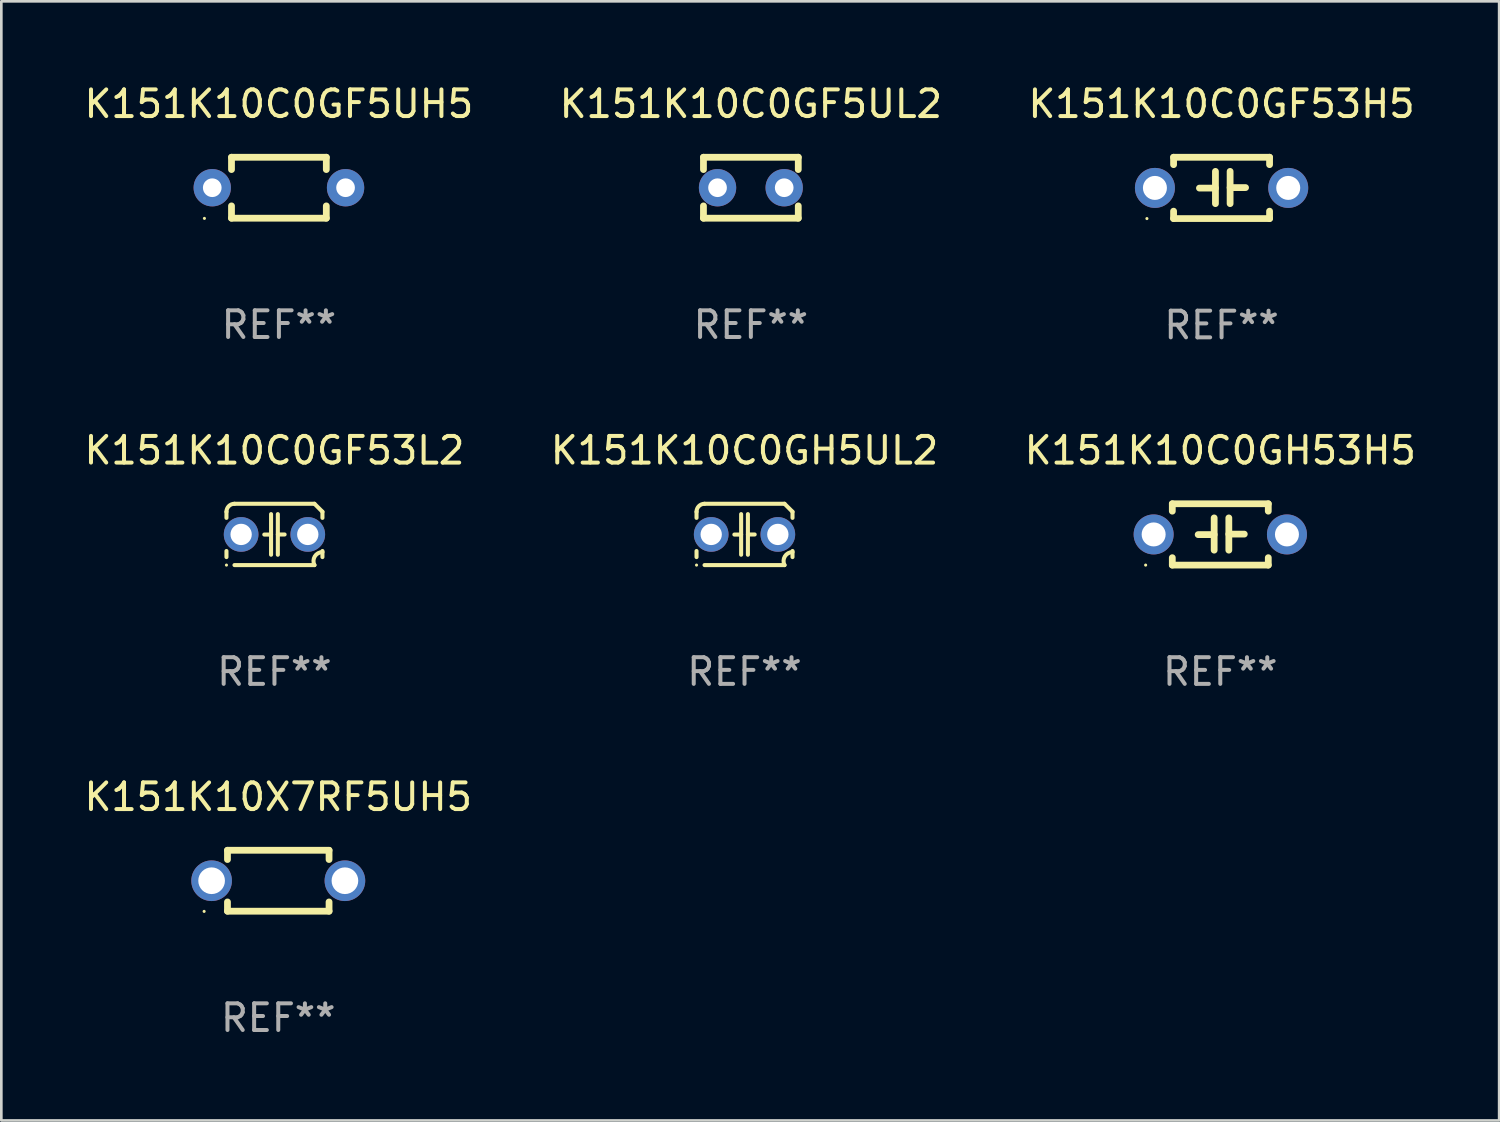
<source format=kicad_pcb>
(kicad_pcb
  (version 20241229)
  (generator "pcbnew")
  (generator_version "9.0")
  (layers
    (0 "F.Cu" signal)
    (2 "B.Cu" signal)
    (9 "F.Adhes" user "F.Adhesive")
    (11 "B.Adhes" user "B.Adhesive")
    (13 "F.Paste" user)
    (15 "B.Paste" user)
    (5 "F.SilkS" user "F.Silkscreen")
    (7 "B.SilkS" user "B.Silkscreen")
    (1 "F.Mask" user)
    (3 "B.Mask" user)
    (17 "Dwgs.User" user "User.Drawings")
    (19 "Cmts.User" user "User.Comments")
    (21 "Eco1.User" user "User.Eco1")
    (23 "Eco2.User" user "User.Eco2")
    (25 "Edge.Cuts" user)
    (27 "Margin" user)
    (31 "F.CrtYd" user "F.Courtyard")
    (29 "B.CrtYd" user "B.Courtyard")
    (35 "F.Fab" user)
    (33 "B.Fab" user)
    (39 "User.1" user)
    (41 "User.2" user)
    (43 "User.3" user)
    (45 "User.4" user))
  (footprint "K151K10C0GH53H5"
    (layer "F.Cu")
    (at 42.72 16.995)
    (property "Reference" "K151K10C0GH53H5" (at 0 -3.15 0) (layer "F.SilkS") (effects (font (size 1 1) (thickness 0.15))))
    (attr through_hole)
    (fp_line (start -1.8 -1.15) (end -1.8 -0.872) (stroke (width 0.254) (type solid)) (layer "F.SilkS"))
    (fp_line (start -1.8 -1.15) (end 1.8 -1.15) (stroke (width 0.254) (type solid)) (layer "F.SilkS"))
    (fp_line (start -1.8 0.872) (end -1.8 1.15) (stroke (width 0.254) (type solid)) (layer "F.SilkS"))
    (fp_line (start -1.8 1.15) (end 1.8 1.15) (stroke (width 0.254) (type solid)) (layer "F.SilkS"))
    (fp_line (start -0.23 -0.62) (end -0.23 0.59) (stroke (width 0.254) (type solid)) (layer "F.SilkS"))
    (fp_line (start -0.23 0.007) (end -0.83 0.007) (stroke (width 0.254) (type solid)) (layer "F.SilkS"))
    (fp_line (start 0.32 -0.62) (end 0.32 0.59) (stroke (width 0.254) (type solid)) (layer "F.SilkS"))
    (fp_line (start 0.32 -0.012) (end 0.9 -0.012) (stroke (width 0.254) (type solid)) (layer "F.SilkS"))
    (fp_line (start 1.8 -1.15) (end 1.8 -0.872) (stroke (width 0.254) (type solid)) (layer "F.SilkS"))
    (fp_line (start 1.8 0.872) (end 1.8 1.15) (stroke (width 0.254) (type solid)) (layer "F.SilkS"))
    (fp_circle (center -2.8 1.15) (end -2.77 1.15) (stroke (width 0.06) (type solid)) (fill no) (layer "F.SilkS"))
    (fp_text user "REF**" (at 0 5.15 0) (layer "F.Fab") (effects (font (size 1 1) (thickness 0.15))))
    (pad "1" thru_hole circle (at -2.5 0) (size 1.5 1.5) (drill 0.9) (layers "*.Cu" "*.Mask"))
    (pad "2" thru_hole circle (at 2.5 0) (size 1.5 1.5) (drill 0.9) (layers "*.Cu" "*.Mask")))
  (footprint "K151K10C0GF53H5"
    (layer "F.Cu")
    (at 42.768 3.998)
    (property "Reference" "K151K10C0GF53H5" (at 0 -3.15 0) (layer "F.SilkS") (effects (font (size 1 1) (thickness 0.15))))
    (attr through_hole)
    (fp_line (start -1.8 -1.15) (end -1.8 -0.872) (stroke (width 0.254) (type solid)) (layer "F.SilkS"))
    (fp_line (start -1.8 -1.15) (end 1.8 -1.15) (stroke (width 0.254) (type solid)) (layer "F.SilkS"))
    (fp_line (start -1.8 0.872) (end -1.8 1.15) (stroke (width 0.254) (type solid)) (layer "F.SilkS"))
    (fp_line (start -1.8 1.15) (end 1.8 1.15) (stroke (width 0.254) (type solid)) (layer "F.SilkS"))
    (fp_line (start -0.23 -0.62) (end -0.23 0.59) (stroke (width 0.254) (type solid)) (layer "F.SilkS"))
    (fp_line (start -0.23 0.007) (end -0.83 0.007) (stroke (width 0.254) (type solid)) (layer "F.SilkS"))
    (fp_line (start 0.32 -0.62) (end 0.32 0.59) (stroke (width 0.254) (type solid)) (layer "F.SilkS"))
    (fp_line (start 0.32 -0.012) (end 0.9 -0.012) (stroke (width 0.254) (type solid)) (layer "F.SilkS"))
    (fp_line (start 1.8 -1.15) (end 1.8 -0.872) (stroke (width 0.254) (type solid)) (layer "F.SilkS"))
    (fp_line (start 1.8 0.872) (end 1.8 1.15) (stroke (width 0.254) (type solid)) (layer "F.SilkS"))
    (fp_circle (center -2.8 1.15) (end -2.77 1.15) (stroke (width 0.06) (type solid)) (fill no) (layer "F.SilkS"))
    (fp_text user "REF**" (at 0 5.15 0) (layer "F.Fab") (effects (font (size 1 1) (thickness 0.15))))
    (pad "1" thru_hole circle (at -2.5 0) (size 1.5 1.5) (drill 0.9) (layers "*.Cu" "*.Mask"))
    (pad "2" thru_hole circle (at 2.5 0) (size 1.5 1.5) (drill 0.9) (layers "*.Cu" "*.Mask")))
  (footprint "K151K10C0GH5UL2"
    (layer "F.Cu")
    (at 24.875 16.995)
    (property "Reference" "K151K10C0GH5UL2" (at 0 -3.15 0) (layer "F.SilkS") (effects (font (size 1 1) (thickness 0.15))))
    (attr through_hole)
    (fp_line (start -1.8 -0.621) (end -1.8 -0.85) (stroke (width 0.152) (type solid)) (layer "F.SilkS"))
    (fp_line (start -1.8 0.85) (end -1.8 0.621) (stroke (width 0.152) (type solid)) (layer "F.SilkS"))
    (fp_line (start -1.5 -1.15) (end 1.5 -1.15) (stroke (width 0.152) (type solid)) (layer "F.SilkS"))
    (fp_line (start -0.127 -0.762) (end -0.127 0.762) (stroke (width 0.152) (type solid)) (layer "F.SilkS"))
    (fp_line (start -0.127 0.005) (end -0.381 0.005) (stroke (width 0.152) (type solid)) (layer "F.SilkS"))
    (fp_line (start 0.127 -0.762) (end 0.127 0.762) (stroke (width 0.152) (type solid)) (layer "F.SilkS"))
    (fp_line (start 0.127 0.002) (end 0.381 0.002) (stroke (width 0.152) (type solid)) (layer "F.SilkS"))
    (fp_line (start 1.5 1.15) (end -1.5 1.15) (stroke (width 0.152) (type solid)) (layer "F.SilkS"))
    (fp_line (start 1.8 -0.85) (end 1.8 -0.621) (stroke (width 0.152) (type solid)) (layer "F.SilkS"))
    (fp_line (start 1.8 0.621) (end 1.8 0.85) (stroke (width 0.152) (type solid)) (layer "F.SilkS"))
    (fp_arc (start -1.799975 -0.849987) (mid -1.712107 -1.062119) (end -1.499975 -1.149987) (stroke (width 0.151994) (type solid)) (layer "F.SilkS"))
    (fp_arc (start 1.499975 1.149987) (mid 1.513726 0.822359) (end 1.799975 0.662387) (stroke (width 0.151994) (type solid)) (layer "F.SilkS"))
    (fp_arc (start 1.500001 -1.149986) (mid 1.650015 -1.000001) (end 1.8 -0.849987) (stroke (width 0.151994) (type solid)) (layer "F.SilkS"))
    (fp_circle (center -1.8 1.15) (end -1.77 1.15) (stroke (width 0.06) (type solid)) (fill no) (layer "F.SilkS"))
    (fp_text user "REF**" (at 0 5.15 0) (layer "F.Fab") (effects (font (size 1 1) (thickness 0.15))))
    (pad "1" thru_hole circle (at -1.25 0) (size 1.3 1.3) (drill 0.8) (layers "*.Cu" "*.Mask"))
    (pad "2" thru_hole circle (at 1.25 0) (size 1.3 1.3) (drill 0.8) (layers "*.Cu" "*.Mask")))
  (footprint "K151K10C0GF53L2"
    (layer "F.Cu")
    (at 7.244 16.995)
    (property "Reference" "K151K10C0GF53L2" (at 0 -3.15 0) (layer "F.SilkS") (effects (font (size 1 1) (thickness 0.15))))
    (attr through_hole)
    (fp_line (start -1.8 -0.621) (end -1.8 -0.85) (stroke (width 0.152) (type solid)) (layer "F.SilkS"))
    (fp_line (start -1.8 0.85) (end -1.8 0.621) (stroke (width 0.152) (type solid)) (layer "F.SilkS"))
    (fp_line (start -1.5 -1.15) (end 1.5 -1.15) (stroke (width 0.152) (type solid)) (layer "F.SilkS"))
    (fp_line (start -0.127 -0.762) (end -0.127 0.762) (stroke (width 0.152) (type solid)) (layer "F.SilkS"))
    (fp_line (start -0.127 0.005) (end -0.381 0.005) (stroke (width 0.152) (type solid)) (layer "F.SilkS"))
    (fp_line (start 0.127 -0.762) (end 0.127 0.762) (stroke (width 0.152) (type solid)) (layer "F.SilkS"))
    (fp_line (start 0.127 0.002) (end 0.381 0.002) (stroke (width 0.152) (type solid)) (layer "F.SilkS"))
    (fp_line (start 1.5 1.15) (end -1.5 1.15) (stroke (width 0.152) (type solid)) (layer "F.SilkS"))
    (fp_line (start 1.8 -0.85) (end 1.8 -0.621) (stroke (width 0.152) (type solid)) (layer "F.SilkS"))
    (fp_line (start 1.8 0.621) (end 1.8 0.85) (stroke (width 0.152) (type solid)) (layer "F.SilkS"))
    (fp_arc (start -1.799975 -0.849987) (mid -1.712107 -1.062119) (end -1.499975 -1.149987) (stroke (width 0.151994) (type solid)) (layer "F.SilkS"))
    (fp_arc (start 1.499975 1.149987) (mid 1.513726 0.822359) (end 1.799975 0.662387) (stroke (width 0.151994) (type solid)) (layer "F.SilkS"))
    (fp_arc (start 1.500001 -1.149986) (mid 1.650015 -1.000001) (end 1.8 -0.849987) (stroke (width 0.151994) (type solid)) (layer "F.SilkS"))
    (fp_circle (center -1.8 1.15) (end -1.77 1.15) (stroke (width 0.06) (type solid)) (fill no) (layer "F.SilkS"))
    (fp_text user "REF**" (at 0 5.15 0) (layer "F.Fab") (effects (font (size 1 1) (thickness 0.15))))
    (pad "1" thru_hole circle (at -1.25 0) (size 1.3 1.3) (drill 0.8) (layers "*.Cu" "*.Mask"))
    (pad "2" thru_hole circle (at 1.25 0) (size 1.3 1.3) (drill 0.8) (layers "*.Cu" "*.Mask")))
  (footprint "K151K10C0GF5UL2"
    (layer "F.Cu")
    (at 25.113 3.991)
    (property "Reference" "K151K10C0GF5UL2" (at 0 -3.143 0) (layer "F.SilkS") (effects (font (size 1 1) (thickness 0.15))))
    (attr through_hole)
    (fp_line (start -1.778 -1.143) (end 1.778 -1.143) (stroke (width 0.254) (type solid)) (layer "F.SilkS"))
    (fp_line (start -1.778 -0.681) (end -1.778 -1.143) (stroke (width 0.254) (type solid)) (layer "F.SilkS"))
    (fp_line (start -1.778 1.143) (end -1.778 0.681) (stroke (width 0.254) (type solid)) (layer "F.SilkS"))
    (fp_line (start 1.778 -1.143) (end 1.778 -0.681) (stroke (width 0.254) (type solid)) (layer "F.SilkS"))
    (fp_line (start 1.778 0.681) (end 1.778 1.143) (stroke (width 0.254) (type solid)) (layer "F.SilkS"))
    (fp_line (start 1.778 1.143) (end -1.778 1.143) (stroke (width 0.254) (type solid)) (layer "F.SilkS"))
    (fp_circle (center -1.8 1.15) (end -1.77 1.15) (stroke (width 0.06) (type solid)) (fill no) (layer "F.SilkS"))
    (fp_text user "REF**" (at 0 5.143 0) (layer "F.Fab") (effects (font (size 1 1) (thickness 0.15))))
    (pad "1" thru_hole circle (at -1.25 0) (size 1.4 1.4) (drill 0.7) (layers "*.Cu" "*.Mask"))
    (pad "2" thru_hole circle (at 1.25 0) (size 1.4 1.4) (drill 0.7) (layers "*.Cu" "*.Mask")))
  (footprint "K151K10C0GF5UH5"
    (layer "F.Cu")
    (at 7.411 3.991)
    (property "Reference" "K151K10C0GF5UH5" (at 0 -3.143 0) (layer "F.SilkS") (effects (font (size 1 1) (thickness 0.15))))
    (attr through_hole)
    (fp_line (start -1.778 -1.143) (end 1.778 -1.143) (stroke (width 0.254) (type solid)) (layer "F.SilkS"))
    (fp_line (start -1.778 -0.681) (end -1.778 -1.143) (stroke (width 0.254) (type solid)) (layer "F.SilkS"))
    (fp_line (start -1.778 1.143) (end -1.778 0.681) (stroke (width 0.254) (type solid)) (layer "F.SilkS"))
    (fp_line (start 1.778 -1.143) (end 1.778 -0.681) (stroke (width 0.254) (type solid)) (layer "F.SilkS"))
    (fp_line (start 1.778 0.681) (end 1.778 1.143) (stroke (width 0.254) (type solid)) (layer "F.SilkS"))
    (fp_line (start 1.778 1.143) (end -1.778 1.143) (stroke (width 0.254) (type solid)) (layer "F.SilkS"))
    (fp_circle (center -2.794 1.15) (end -2.764 1.15) (stroke (width 0.06) (type solid)) (fill no) (layer "F.SilkS"))
    (fp_text user "REF**" (at 0 5.143 0) (layer "F.Fab") (effects (font (size 1 1) (thickness 0.15))))
    (pad "1" thru_hole circle (at -2.5 0) (size 1.4 1.4) (drill 0.7) (layers "*.Cu" "*.Mask"))
    (pad "2" thru_hole circle (at 2.5 0) (size 1.4 1.4) (drill 0.7) (layers "*.Cu" "*.Mask")))
  (footprint "K151K10X7RF5UH5"
    (layer "F.Cu")
    (at 7.387 29.984)
    (property "Reference" "K151K10X7RF5UH5" (at 0 -3.143 0) (layer "F.SilkS") (effects (font (size 1 1) (thickness 0.15))))
    (attr through_hole)
    (fp_line (start -1.905 -1.143) (end 1.905 -1.143) (stroke (width 0.254) (type solid)) (layer "F.SilkS"))
    (fp_line (start -1.905 -0.795) (end -1.905 -1.143) (stroke (width 0.254) (type solid)) (layer "F.SilkS"))
    (fp_line (start -1.905 1.143) (end -1.905 0.795) (stroke (width 0.254) (type solid)) (layer "F.SilkS"))
    (fp_line (start 1.905 -1.143) (end 1.905 -0.795) (stroke (width 0.254) (type solid)) (layer "F.SilkS"))
    (fp_line (start 1.905 0.795) (end 1.905 1.143) (stroke (width 0.254) (type solid)) (layer "F.SilkS"))
    (fp_line (start 1.905 1.143) (end -1.905 1.143) (stroke (width 0.254) (type solid)) (layer "F.SilkS"))
    (fp_circle (center -2.781 1.15) (end -2.751 1.15) (stroke (width 0.06) (type solid)) (fill no) (layer "F.SilkS"))
    (fp_text user "REF**" (at 0 5.143 0) (layer "F.Fab") (effects (font (size 1 1) (thickness 0.15))))
    (pad "1" thru_hole circle (at -2.5 0) (size 1.524 1.524) (drill 1) (layers "*.Cu" "*.Mask"))
    (pad "2" thru_hole circle (at 2.5 0) (size 1.524 1.524) (drill 1) (layers "*.Cu" "*.Mask")))
  (gr_rect
    (start -3 -3)
    (end 53.179 38.976)
    (stroke (width 0.1) (type default))
    (fill no)
    (layer "Edge.Cuts")))
</source>
